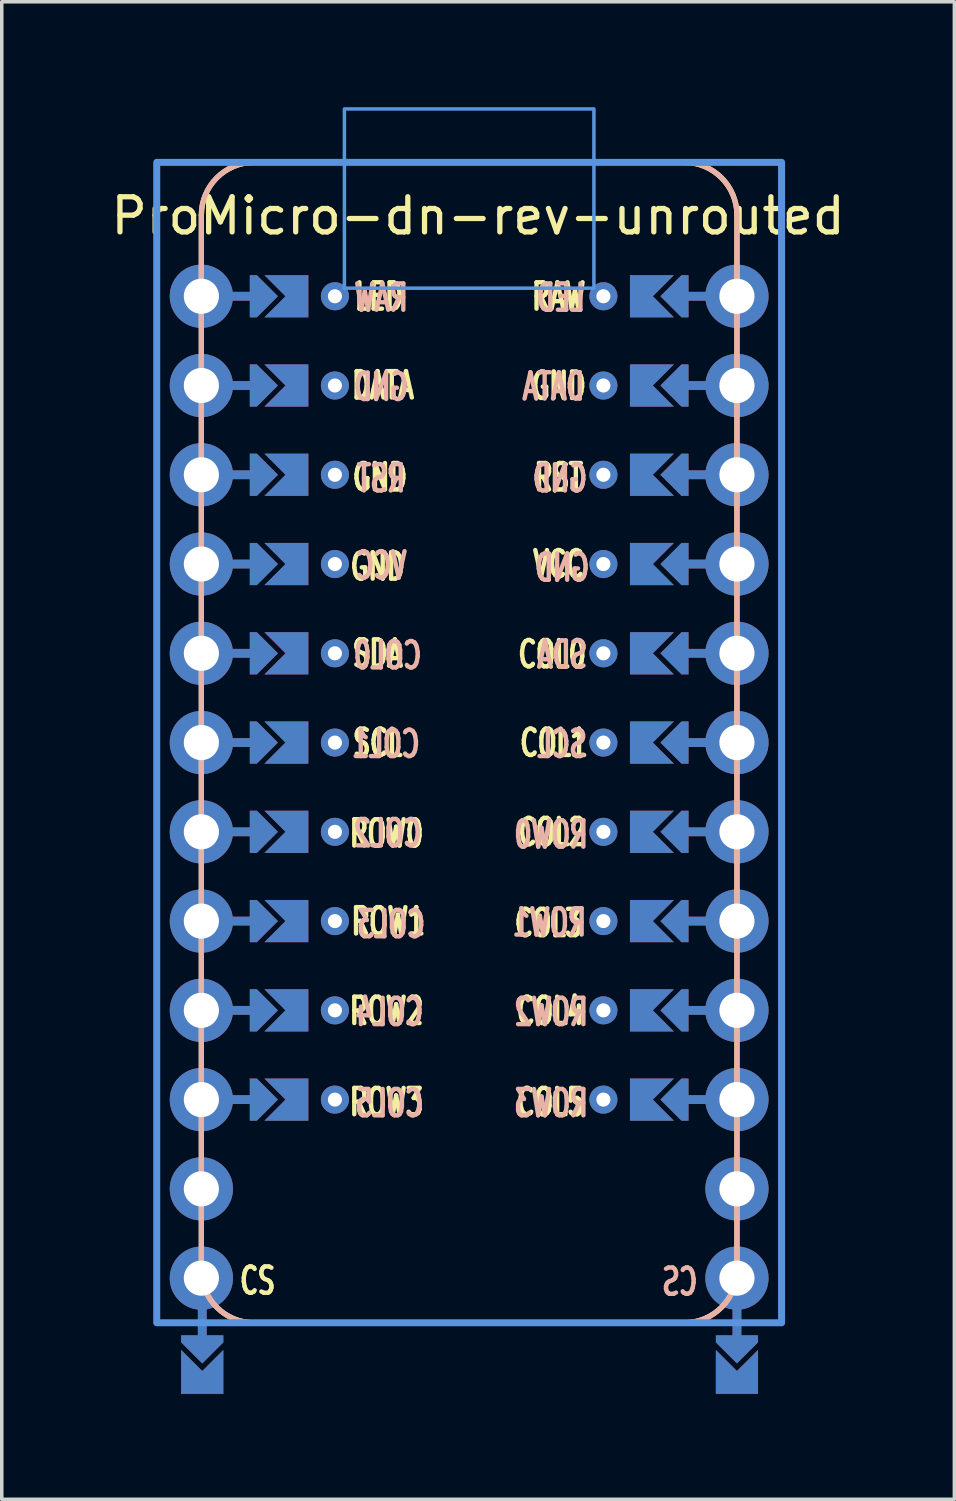
<source format=kicad_pcb>
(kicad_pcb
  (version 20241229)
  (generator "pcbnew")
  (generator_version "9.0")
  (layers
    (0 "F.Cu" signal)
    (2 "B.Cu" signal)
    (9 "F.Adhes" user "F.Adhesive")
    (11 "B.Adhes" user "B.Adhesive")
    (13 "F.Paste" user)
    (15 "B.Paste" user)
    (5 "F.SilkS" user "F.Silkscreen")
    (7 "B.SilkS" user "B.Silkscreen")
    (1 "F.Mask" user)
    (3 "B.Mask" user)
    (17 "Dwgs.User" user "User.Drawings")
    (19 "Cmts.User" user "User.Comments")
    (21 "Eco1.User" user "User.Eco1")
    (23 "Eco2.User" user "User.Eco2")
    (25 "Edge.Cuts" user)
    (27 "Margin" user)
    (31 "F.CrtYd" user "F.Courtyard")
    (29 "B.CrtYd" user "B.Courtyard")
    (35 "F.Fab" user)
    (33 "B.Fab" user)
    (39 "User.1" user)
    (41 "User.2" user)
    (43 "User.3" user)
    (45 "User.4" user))
  (footprint "ProMicro-dn-rev-unrouted"
    (layer "F.Cu")
    (at 10.3 18.08)
    (property "Reference" "ProMicro-dn-rev-unrouted" (at 0.254 -14.986 0) (layer "F.SilkS") (effects (font (size 1 1) (thickness 0.15))))
    (attr through_hole)
    (fp_poly (pts (xy -7.087 18.029) (xy -8.103 18.029) (xy -8.103 17.013) (xy -7.087 17.013)) (stroke (width 0.1) (type solid)) (fill yes) (layer "F.Mask"))
    (fp_poly (pts (xy -5.08 -13.208) (xy -5.08 -12.192) (xy -6.096 -12.192) (xy -6.096 -13.208)) (stroke (width 0.1) (type solid)) (fill yes) (layer "F.Mask"))
    (fp_poly (pts (xy -5.08 -10.668) (xy -5.08 -9.652) (xy -6.096 -9.652) (xy -6.096 -10.668)) (stroke (width 0.1) (type solid)) (fill yes) (layer "F.Mask"))
    (fp_poly (pts (xy -5.08 -8.128) (xy -5.08 -7.112) (xy -6.096 -7.112) (xy -6.096 -8.128)) (stroke (width 0.1) (type solid)) (fill yes) (layer "F.Mask"))
    (fp_poly (pts (xy -5.08 -5.588) (xy -5.08 -4.572) (xy -6.096 -4.572) (xy -6.096 -5.588)) (stroke (width 0.1) (type solid)) (fill yes) (layer "F.Mask"))
    (fp_poly (pts (xy -5.08 -3.048) (xy -5.08 -2.032) (xy -6.096 -2.032) (xy -6.096 -3.048)) (stroke (width 0.1) (type solid)) (fill yes) (layer "F.Mask"))
    (fp_poly (pts (xy -5.08 -0.508) (xy -5.08 0.508) (xy -6.096 0.508) (xy -6.096 -0.508)) (stroke (width 0.1) (type solid)) (fill yes) (layer "F.Mask"))
    (fp_poly (pts (xy -5.08 2.032) (xy -5.08 3.048) (xy -6.096 3.048) (xy -6.096 2.032)) (stroke (width 0.1) (type solid)) (fill yes) (layer "F.Mask"))
    (fp_poly (pts (xy -5.08 4.572) (xy -5.08 5.588) (xy -6.096 5.588) (xy -6.096 4.572)) (stroke (width 0.1) (type solid)) (fill yes) (layer "F.Mask"))
    (fp_poly (pts (xy -5.08 7.112) (xy -5.08 8.128) (xy -6.096 8.128) (xy -6.096 7.112)) (stroke (width 0.1) (type solid)) (fill yes) (layer "F.Mask"))
    (fp_poly (pts (xy -5.08 9.652) (xy -5.08 10.668) (xy -6.096 10.668) (xy -6.096 9.652)) (stroke (width 0.1) (type solid)) (fill yes) (layer "F.Mask"))
    (fp_poly (pts (xy 5.08 -12.192) (xy 5.08 -13.208) (xy 6.096 -13.208) (xy 6.096 -12.192)) (stroke (width 0.1) (type solid)) (fill yes) (layer "F.Mask"))
    (fp_poly (pts (xy 5.08 -9.652) (xy 5.08 -10.668) (xy 6.096 -10.668) (xy 6.096 -9.652)) (stroke (width 0.1) (type solid)) (fill yes) (layer "F.Mask"))
    (fp_poly (pts (xy 5.08 -7.112) (xy 5.08 -8.128) (xy 6.096 -8.128) (xy 6.096 -7.112)) (stroke (width 0.1) (type solid)) (fill yes) (layer "F.Mask"))
    (fp_poly (pts (xy 5.08 -4.572) (xy 5.08 -5.588) (xy 6.096 -5.588) (xy 6.096 -4.572)) (stroke (width 0.1) (type solid)) (fill yes) (layer "F.Mask"))
    (fp_poly (pts (xy 5.08 -2.032) (xy 5.08 -3.048) (xy 6.096 -3.048) (xy 6.096 -2.032)) (stroke (width 0.1) (type solid)) (fill yes) (layer "F.Mask"))
    (fp_poly (pts (xy 5.08 0.508) (xy 5.08 -0.508) (xy 6.096 -0.508) (xy 6.096 0.508)) (stroke (width 0.1) (type solid)) (fill yes) (layer "F.Mask"))
    (fp_poly (pts (xy 5.08 3.048) (xy 5.08 2.032) (xy 6.096 2.032) (xy 6.096 3.048)) (stroke (width 0.1) (type solid)) (fill yes) (layer "F.Mask"))
    (fp_poly (pts (xy 5.08 5.588) (xy 5.08 4.572) (xy 6.096 4.572) (xy 6.096 5.588)) (stroke (width 0.1) (type solid)) (fill yes) (layer "F.Mask"))
    (fp_poly (pts (xy 5.08 8.128) (xy 5.08 7.112) (xy 6.096 7.112) (xy 6.096 8.128)) (stroke (width 0.1) (type solid)) (fill yes) (layer "F.Mask"))
    (fp_poly (pts (xy 5.08 10.668) (xy 5.08 9.652) (xy 6.096 9.652) (xy 6.096 10.668)) (stroke (width 0.1) (type solid)) (fill yes) (layer "F.Mask"))
    (fp_poly (pts (xy 8.128 18.029) (xy 7.112 18.029) (xy 7.112 17.013) (xy 8.128 17.013)) (stroke (width 0.1) (type solid)) (fill yes) (layer "F.Mask"))
    (fp_poly (pts (xy -7.087 18.029) (xy -8.103 18.029) (xy -8.103 17.013) (xy -7.087 17.013)) (stroke (width 0.1) (type solid)) (fill yes) (layer "B.Mask"))
    (fp_poly (pts (xy -5.08 -13.208) (xy -5.08 -12.192) (xy -6.096 -12.192) (xy -6.096 -13.208)) (stroke (width 0.1) (type solid)) (fill yes) (layer "B.Mask"))
    (fp_poly (pts (xy -5.08 -10.668) (xy -5.08 -9.652) (xy -6.096 -9.652) (xy -6.096 -10.668)) (stroke (width 0.1) (type solid)) (fill yes) (layer "B.Mask"))
    (fp_poly (pts (xy -5.08 -8.128) (xy -5.08 -7.112) (xy -6.096 -7.112) (xy -6.096 -8.128)) (stroke (width 0.1) (type solid)) (fill yes) (layer "B.Mask"))
    (fp_poly (pts (xy -5.08 -5.588) (xy -5.08 -4.572) (xy -6.096 -4.572) (xy -6.096 -5.588)) (stroke (width 0.1) (type solid)) (fill yes) (layer "B.Mask"))
    (fp_poly (pts (xy -5.08 -3.048) (xy -5.08 -2.032) (xy -6.096 -2.032) (xy -6.096 -3.048)) (stroke (width 0.1) (type solid)) (fill yes) (layer "B.Mask"))
    (fp_poly (pts (xy -5.08 -0.508) (xy -5.08 0.508) (xy -6.096 0.508) (xy -6.096 -0.508)) (stroke (width 0.1) (type solid)) (fill yes) (layer "B.Mask"))
    (fp_poly (pts (xy -5.08 2.032) (xy -5.08 3.048) (xy -6.096 3.048) (xy -6.096 2.032)) (stroke (width 0.1) (type solid)) (fill yes) (layer "B.Mask"))
    (fp_poly (pts (xy -5.08 4.572) (xy -5.08 5.588) (xy -6.096 5.588) (xy -6.096 4.572)) (stroke (width 0.1) (type solid)) (fill yes) (layer "B.Mask"))
    (fp_poly (pts (xy -5.08 7.112) (xy -5.08 8.128) (xy -6.096 8.128) (xy -6.096 7.112)) (stroke (width 0.1) (type solid)) (fill yes) (layer "B.Mask"))
    (fp_poly (pts (xy -5.08 9.652) (xy -5.08 10.668) (xy -6.096 10.668) (xy -6.096 9.652)) (stroke (width 0.1) (type solid)) (fill yes) (layer "B.Mask"))
    (fp_poly (pts (xy 5.08 -12.192) (xy 5.08 -13.208) (xy 6.096 -13.208) (xy 6.096 -12.192)) (stroke (width 0.1) (type solid)) (fill yes) (layer "B.Mask"))
    (fp_poly (pts (xy 5.08 -9.652) (xy 5.08 -10.668) (xy 6.096 -10.668) (xy 6.096 -9.652)) (stroke (width 0.1) (type solid)) (fill yes) (layer "B.Mask"))
    (fp_poly (pts (xy 5.08 -7.112) (xy 5.08 -8.128) (xy 6.096 -8.128) (xy 6.096 -7.112)) (stroke (width 0.1) (type solid)) (fill yes) (layer "B.Mask"))
    (fp_poly (pts (xy 5.08 -4.572) (xy 5.08 -5.588) (xy 6.096 -5.588) (xy 6.096 -4.572)) (stroke (width 0.1) (type solid)) (fill yes) (layer "B.Mask"))
    (fp_poly (pts (xy 5.08 -2.032) (xy 5.08 -3.048) (xy 6.096 -3.048) (xy 6.096 -2.032)) (stroke (width 0.1) (type solid)) (fill yes) (layer "B.Mask"))
    (fp_poly (pts (xy 5.08 0.508) (xy 5.08 -0.508) (xy 6.096 -0.508) (xy 6.096 0.508)) (stroke (width 0.1) (type solid)) (fill yes) (layer "B.Mask"))
    (fp_poly (pts (xy 5.08 3.048) (xy 5.08 2.032) (xy 6.096 2.032) (xy 6.096 3.048)) (stroke (width 0.1) (type solid)) (fill yes) (layer "B.Mask"))
    (fp_poly (pts (xy 5.08 5.588) (xy 5.08 4.572) (xy 6.096 4.572) (xy 6.096 5.588)) (stroke (width 0.1) (type solid)) (fill yes) (layer "B.Mask"))
    (fp_poly (pts (xy 5.08 8.128) (xy 5.08 7.112) (xy 6.096 7.112) (xy 6.096 8.128)) (stroke (width 0.1) (type solid)) (fill yes) (layer "B.Mask"))
    (fp_poly (pts (xy 5.08 10.668) (xy 5.08 9.652) (xy 6.096 9.652) (xy 6.096 10.668)) (stroke (width 0.1) (type solid)) (fill yes) (layer "B.Mask"))
    (fp_poly (pts (xy 8.128 18.029) (xy 7.112 18.029) (xy 7.112 17.013) (xy 8.128 17.013)) (stroke (width 0.1) (type solid)) (fill yes) (layer "B.Mask"))
    (fp_line (start -7.62 -15.01) (end -7.62 15.07) (stroke (width 0.15) (type default)) (layer "F.SilkS"))
    (fp_line (start -6.12 16.51) (end 6.12 16.51) (stroke (width 0.15) (type default)) (layer "F.SilkS"))
    (fp_line (start 6.12 -16.51) (end -6.12 -16.51) (stroke (width 0.15) (type default)) (layer "F.SilkS"))
    (fp_line (start 7.62 15.07) (end 7.62 -15.01) (stroke (width 0.15) (type default)) (layer "F.SilkS"))
    (fp_arc (start -7.62 -15.01) (mid -7.18066 -16.07066) (end -6.12 -16.51) (stroke (width 0.15) (type default)) (layer "F.SilkS"))
    (fp_arc (start -6.12 16.51) (mid -7.18066 16.07066) (end -7.62 15.01) (stroke (width 0.15) (type default)) (layer "F.SilkS"))
    (fp_arc (start 6.12 -16.51) (mid 7.18066 -16.07066) (end 7.62 -15.01) (stroke (width 0.15) (type default)) (layer "F.SilkS"))
    (fp_arc (start 7.62 15.01) (mid 7.18066 16.07066) (end 6.12 16.51) (stroke (width 0.15) (type default)) (layer "F.SilkS"))
    (fp_line (start -7.62 15.07) (end -7.62 -15.01) (stroke (width 0.15) (type default)) (layer "B.SilkS"))
    (fp_line (start -6.12 -16.51) (end 6.12 -16.51) (stroke (width 0.15) (type default)) (layer "B.SilkS"))
    (fp_line (start 6.12 16.51) (end -6.12 16.51) (stroke (width 0.15) (type default)) (layer "B.SilkS"))
    (fp_line (start 7.62 -15.01) (end 7.62 15.07) (stroke (width 0.15) (type default)) (layer "B.SilkS"))
    (fp_arc (start -7.62 -15.01) (mid -7.18066 -16.07066) (end -6.12 -16.51) (stroke (width 0.15) (type default)) (layer "B.SilkS"))
    (fp_arc (start -6.12 16.51) (mid -7.18066 16.07066) (end -7.62 15.01) (stroke (width 0.15) (type default)) (layer "B.SilkS"))
    (fp_arc (start 6.12 -16.51) (mid 7.18066 -16.07066) (end 7.62 -15.01) (stroke (width 0.15) (type default)) (layer "B.SilkS"))
    (fp_arc (start 7.62 15.01) (mid 7.18066 16.07066) (end 6.12 16.51) (stroke (width 0.15) (type default)) (layer "B.SilkS"))
    (fp_rect (start -8.89 -16.51) (end 8.89 16.51) (stroke (width 0.2) (type solid)) (fill no) (layer "Cmts.User"))
    (fp_rect (start 3.55 -18.03) (end -3.55 -12.93) (stroke (width 0.1) (type default)) (fill no) (layer "Cmts.User"))
    (fp_text user "CS" (at -6.02 15.316 0) (layer "F.SilkS") (effects (font (size 0.75 0.5) (thickness 0.125))))
    (fp_text user "GND" (at -2.539 -7.545 0) (layer "F.SilkS") (effects (font (size 0.75 0.5) (thickness 0.125))))
    (fp_text user "ROW2" (at -2.352 7.64 0) (layer "F.SilkS") (effects (font (size 0.75 0.5) (thickness 0.125))))
    (fp_text user "COL2" (at 2.363 2.552 0) (layer "F.SilkS") (effects (font (size 0.75 0.5) (thickness 0.125))))
    (fp_text user "LED" (at -2.563 -12.688 0) (layer "F.SilkS") (effects (font (size 0.75 0.5) (thickness 0.125))))
    (fp_text user "RAW" (at 2.548 -12.688 0) (layer "F.SilkS") (effects (font (size 0.75 0.5) (thickness 0.125))))
    (fp_text user "COL4" (at 2.313 7.64 0) (layer "F.SilkS") (effects (font (size 0.75 0.5) (thickness 0.125))))
    (fp_text user "GND" (at -2.602 -5.005 0) (layer "F.SilkS") (effects (font (size 0.75 0.5) (thickness 0.125))))
    (fp_text user "ROW3" (at -2.352 10.236 0) (layer "F.SilkS") (effects (font (size 0.75 0.5) (thickness 0.125))))
    (fp_text user "COL3" (at 2.263 5.14 0) (layer "F.SilkS") (effects (font (size 0.75 0.5) (thickness 0.125))))
    (fp_text user "ROW1" (at -2.302 5.092 0) (layer "F.SilkS") (effects (font (size 0.75 0.5) (thickness 0.125))))
    (fp_text user "COL0" (at 2.363 -2.51 0) (layer "F.SilkS") (effects (font (size 0.75 0.5) (thickness 0.125))))
    (fp_text user "RST" (at 2.548 -7.545 0) (layer "F.SilkS") (effects (font (size 0.75 0.5) (thickness 0.125))))
    (fp_text user "ROW0" (at -2.352 2.59 0) (layer "F.SilkS") (effects (font (size 0.75 0.5) (thickness 0.125))))
    (fp_text user "SCL" (at -2.602 0.012 0) (layer "F.SilkS") (effects (font (size 0.75 0.5) (thickness 0.125))))
    (fp_text user "SDA" (at -2.602 -2.528 0) (layer "F.SilkS") (effects (font (size 0.75 0.5) (thickness 0.125))))
    (fp_text user "DATA" (at -2.452 -10.16 0) (layer "F.SilkS") (effects (font (size 0.75 0.5) (thickness 0.125))))
    (fp_text user "GND" (at 2.548 -10.148 0) (layer "F.SilkS") (effects (font (size 0.75 0.5) (thickness 0.125))))
    (fp_text user "COL1" (at 2.413 0.012 0) (layer "F.SilkS") (effects (font (size 0.75 0.5) (thickness 0.125))))
    (fp_text user "COL5" (at 2.313 10.236 0) (layer "F.SilkS") (effects (font (size 0.75 0.5) (thickness 0.125))))
    (fp_text user "VCC" (at 2.548 -5.068 0) (layer "F.SilkS") (effects (font (size 0.75 0.5) (thickness 0.125))))
    (fp_text user "GND" (at -2.505 -10.117 0) (layer "B.SilkS") (effects (font (size 0.75 0.5) (thickness 0.125)) (justify mirror)))
    (fp_text user "SCL" (at 2.646 0.043 0) (layer "B.SilkS") (effects (font (size 0.75 0.5) (thickness 0.125)) (justify mirror)))
    (fp_text user "COL4" (at -2.271 7.671 0) (layer "B.SilkS") (effects (font (size 0.75 0.5) (thickness 0.125)) (justify mirror)))
    (fp_text user "GND" (at 2.646 -4.974 0) (layer "B.SilkS") (effects (font (size 0.75 0.5) (thickness 0.125)) (justify mirror)))
    (fp_text user "ROW2" (at 2.333 7.671 0) (layer "B.SilkS") (effects (font (size 0.75 0.5) (thickness 0.125)) (justify mirror)))
    (fp_text user "COL5" (at -2.271 10.266 0) (layer "B.SilkS") (effects (font (size 0.75 0.5) (thickness 0.125)) (justify mirror)))
    (fp_text user "COL1" (at -2.371 0.043 0) (layer "B.SilkS") (effects (font (size 0.75 0.5) (thickness 0.125)) (justify mirror)))
    (fp_text user "COL3" (at -2.221 5.171 0) (layer "B.SilkS") (effects (font (size 0.75 0.5) (thickness 0.125)) (justify mirror)))
    (fp_text user "VCC" (at -2.505 -5.037 0) (layer "B.SilkS") (effects (font (size 0.75 0.5) (thickness 0.125)) (justify mirror)))
    (fp_text user "RST" (at -2.505 -7.514 0) (layer "B.SilkS") (effects (font (size 0.75 0.5) (thickness 0.125)) (justify mirror)))
    (fp_text user "RAW" (at -2.505 -12.657 0) (layer "B.SilkS") (effects (font (size 0.75 0.5) (thickness 0.125)) (justify mirror)))
    (fp_text user "COL0" (at -2.321 -2.479 0) (layer "B.SilkS") (effects (font (size 0.75 0.5) (thickness 0.125)) (justify mirror)))
    (fp_text user "SDA" (at 2.646 -2.497 0) (layer "B.SilkS") (effects (font (size 0.75 0.5) (thickness 0.125)) (justify mirror)))
    (fp_text user "ROW0" (at 2.333 2.621 0) (layer "B.SilkS") (effects (font (size 0.75 0.5) (thickness 0.125)) (justify mirror)))
    (fp_text user "ROW1" (at 2.284 5.123 0) (layer "B.SilkS") (effects (font (size 0.75 0.5) (thickness 0.125)) (justify mirror)))
    (fp_text user "CS" (at 5.994 15.346 0) (layer "B.SilkS") (effects (font (size 0.75 0.5) (thickness 0.125)) (justify mirror)))
    (fp_text user "DATA" (at 2.398 -10.129 0) (layer "B.SilkS") (effects (font (size 0.75 0.5) (thickness 0.125)) (justify mirror)))
    (fp_text user "GND" (at 2.583 -7.514 0) (layer "B.SilkS") (effects (font (size 0.75 0.5) (thickness 0.125)) (justify mirror)))
    (fp_text user "COL2" (at -2.321 2.583 0) (layer "B.SilkS") (effects (font (size 0.75 0.5) (thickness 0.125)) (justify mirror)))
    (fp_text user "ROW3" (at 2.333 10.266 0) (layer "B.SilkS") (effects (font (size 0.75 0.5) (thickness 0.125)) (justify mirror)))
    (fp_text user "LED" (at 2.607 -12.657 0) (layer "B.SilkS") (effects (font (size 0.75 0.5) (thickness 0.125)) (justify mirror)))
    (pad "" thru_hole circle (at -7.62 -12.7 270) (size 1.8 1.8) (drill 1) (layers "*.Cu" "*.Mask"))
    (pad "" thru_hole circle (at -7.62 -10.16 270) (size 1.8 1.8) (drill 1) (layers "*.Cu" "*.Mask"))
    (pad "" thru_hole circle (at -7.62 -7.62 270) (size 1.8 1.8) (drill 1) (layers "*.Cu" "*.Mask"))
    (pad "" thru_hole circle (at -7.62 -5.08 270) (size 1.8 1.8) (drill 1) (layers "*.Cu" "*.Mask"))
    (pad "" thru_hole circle (at -7.62 -2.54 270) (size 1.8 1.8) (drill 1) (layers "*.Cu" "*.Mask"))
    (pad "" thru_hole circle (at -7.62 0 270) (size 1.8 1.8) (drill 1) (layers "*.Cu" "*.Mask"))
    (pad "" thru_hole circle (at -7.62 2.54 270) (size 1.8 1.8) (drill 1) (layers "*.Cu" "*.Mask"))
    (pad "" thru_hole circle (at -7.62 5.08 270) (size 1.8 1.8) (drill 1) (layers "*.Cu" "*.Mask"))
    (pad "" thru_hole circle (at -7.62 7.62 270) (size 1.8 1.8) (drill 1) (layers "*.Cu" "*.Mask"))
    (pad "" thru_hole circle (at -7.62 10.16 270) (size 1.8 1.8) (drill 1) (layers "*.Cu" "*.Mask"))
    (pad "" thru_hole circle (at -7.62 12.7 270) (size 1.8 1.8) (drill 1) (layers "*.Cu" "*.Mask"))
    (pad "" thru_hole circle (at -7.62 15.24 270) (size 1.8 1.8) (drill 1) (layers "*.Cu" "*.Mask"))
    (pad "" smd custom (at -7.595 16.709) (size 0.25 1.5) (layers "F.Cu") (options (anchor rect)) (primitives))
    (pad "" smd custom (at -7.595 16.709) (size 0.25 1.5) (layers "B.Cu") (options (anchor rect)) (primitives))
    (pad "" smd custom (at -7.595 17.267) (size 0.1 0.1) (layers "F.Cu" "F.Mask") (options (anchor rect)) (primitives (gr_poly (pts (xy 0.6 -0.4) (xy -0.6 -0.4) (xy -0.6 -0.2) (xy 0 0.4) (xy 0.6 -0.2)) (width 0) (fill yes))))
    (pad "" smd custom (at -7.595 17.267) (size 0.1 0.1) (layers "B.Cu" "B.Mask") (options (anchor rect)) (primitives (gr_poly (pts (xy 0.6 -0.4) (xy -0.6 -0.4) (xy -0.6 -0.2) (xy 0 0.4) (xy 0.6 -0.2)) (width 0) (fill yes))))
    (pad "" smd custom (at -6.35 -12.7 90) (size 0.25 1) (layers "F.Cu") (options (anchor rect)) (primitives))
    (pad "" smd custom (at -6.35 -12.7 90) (size 0.25 1) (layers "B.Cu") (options (anchor rect)) (primitives))
    (pad "" smd custom (at -6.35 -10.16 90) (size 0.25 1) (layers "F.Cu") (options (anchor rect)) (primitives))
    (pad "" smd custom (at -6.35 -10.16 90) (size 0.25 1) (layers "B.Cu") (options (anchor rect)) (primitives))
    (pad "" smd custom (at -6.35 -7.62 90) (size 0.25 1) (layers "F.Cu") (options (anchor rect)) (primitives))
    (pad "" smd custom (at -6.35 -7.62 90) (size 0.25 1) (layers "B.Cu") (options (anchor rect)) (primitives))
    (pad "" smd custom (at -6.35 -5.08 90) (size 0.25 1) (layers "F.Cu") (options (anchor rect)) (primitives))
    (pad "" smd custom (at -6.35 -5.08 90) (size 0.25 1) (layers "B.Cu") (options (anchor rect)) (primitives))
    (pad "" smd custom (at -6.35 -2.54 90) (size 0.25 1) (layers "F.Cu") (options (anchor rect)) (primitives))
    (pad "" smd custom (at -6.35 -2.54 90) (size 0.25 1) (layers "B.Cu") (options (anchor rect)) (primitives))
    (pad "" smd custom (at -6.35 0 90) (size 0.25 1) (layers "F.Cu") (options (anchor rect)) (primitives))
    (pad "" smd custom (at -6.35 0 90) (size 0.25 1) (layers "B.Cu") (options (anchor rect)) (primitives))
    (pad "" smd custom (at -6.35 2.54 90) (size 0.25 1) (layers "F.Cu") (options (anchor rect)) (primitives))
    (pad "" smd custom (at -6.35 2.54 90) (size 0.25 1) (layers "B.Cu") (options (anchor rect)) (primitives))
    (pad "" smd custom (at -6.35 5.08 90) (size 0.25 1) (layers "F.Cu") (options (anchor rect)) (primitives))
    (pad "" smd custom (at -6.35 5.08 90) (size 0.25 1) (layers "B.Cu") (options (anchor rect)) (primitives))
    (pad "" smd custom (at -6.35 7.62 90) (size 0.25 1) (layers "F.Cu") (options (anchor rect)) (primitives))
    (pad "" smd custom (at -6.35 7.62 90) (size 0.25 1) (layers "B.Cu") (options (anchor rect)) (primitives))
    (pad "" smd custom (at -6.35 10.16 90) (size 0.25 1) (layers "F.Cu") (options (anchor rect)) (primitives))
    (pad "" smd custom (at -6.35 10.16 90) (size 0.25 1) (layers "B.Cu") (options (anchor rect)) (primitives))
    (pad "" smd custom (at -5.842 -12.7 90) (size 0.1 0.1) (layers "F.Cu" "F.Mask") (options (anchor rect)) (primitives (gr_poly (pts (xy 0.6 -0.4) (xy -0.6 -0.4) (xy -0.6 -0.2) (xy 0 0.4) (xy 0.6 -0.2)) (width 0) (fill yes))))
    (pad "" smd custom (at -5.842 -12.7 90) (size 0.1 0.1) (layers "B.Cu" "B.Mask") (options (anchor rect)) (primitives (gr_poly (pts (xy 0.6 -0.4) (xy -0.6 -0.4) (xy -0.6 -0.2) (xy 0 0.4) (xy 0.6 -0.2)) (width 0) (fill yes))))
    (pad "" smd custom (at -5.842 -10.16 90) (size 0.1 0.1) (layers "F.Cu" "F.Mask") (options (anchor rect)) (primitives (gr_poly (pts (xy 0.6 -0.4) (xy -0.6 -0.4) (xy -0.6 -0.2) (xy 0 0.4) (xy 0.6 -0.2)) (width 0) (fill yes))))
    (pad "" smd custom (at -5.842 -10.16 90) (size 0.1 0.1) (layers "B.Cu" "B.Mask") (options (anchor rect)) (primitives (gr_poly (pts (xy 0.6 -0.4) (xy -0.6 -0.4) (xy -0.6 -0.2) (xy 0 0.4) (xy 0.6 -0.2)) (width 0) (fill yes))))
    (pad "" smd custom (at -5.842 -7.62 90) (size 0.1 0.1) (layers "F.Cu" "F.Mask") (options (anchor rect)) (primitives (gr_poly (pts (xy 0.6 -0.4) (xy -0.6 -0.4) (xy -0.6 -0.2) (xy 0 0.4) (xy 0.6 -0.2)) (width 0) (fill yes))))
    (pad "" smd custom (at -5.842 -7.62 90) (size 0.1 0.1) (layers "B.Cu" "B.Mask") (options (anchor rect)) (primitives (gr_poly (pts (xy 0.6 -0.4) (xy -0.6 -0.4) (xy -0.6 -0.2) (xy 0 0.4) (xy 0.6 -0.2)) (width 0) (fill yes))))
    (pad "" smd custom (at -5.842 -5.08 90) (size 0.1 0.1) (layers "F.Cu" "F.Mask") (options (anchor rect)) (primitives (gr_poly (pts (xy 0.6 -0.4) (xy -0.6 -0.4) (xy -0.6 -0.2) (xy 0 0.4) (xy 0.6 -0.2)) (width 0) (fill yes))))
    (pad "" smd custom (at -5.842 -5.08 90) (size 0.1 0.1) (layers "B.Cu" "B.Mask") (options (anchor rect)) (primitives (gr_poly (pts (xy 0.6 -0.4) (xy -0.6 -0.4) (xy -0.6 -0.2) (xy 0 0.4) (xy 0.6 -0.2)) (width 0) (fill yes))))
    (pad "" smd custom (at -5.842 -2.54 90) (size 0.1 0.1) (layers "F.Cu" "F.Mask") (options (anchor rect)) (primitives (gr_poly (pts (xy 0.6 -0.4) (xy -0.6 -0.4) (xy -0.6 -0.2) (xy 0 0.4) (xy 0.6 -0.2)) (width 0) (fill yes))))
    (pad "" smd custom (at -5.842 -2.54 90) (size 0.1 0.1) (layers "B.Cu" "B.Mask") (options (anchor rect)) (primitives (gr_poly (pts (xy 0.6 -0.4) (xy -0.6 -0.4) (xy -0.6 -0.2) (xy 0 0.4) (xy 0.6 -0.2)) (width 0) (fill yes))))
    (pad "" smd custom (at -5.842 0 90) (size 0.1 0.1) (layers "F.Cu" "F.Mask") (options (anchor rect)) (primitives (gr_poly (pts (xy 0.6 -0.4) (xy -0.6 -0.4) (xy -0.6 -0.2) (xy 0 0.4) (xy 0.6 -0.2)) (width 0) (fill yes))))
    (pad "" smd custom (at -5.842 0 90) (size 0.1 0.1) (layers "B.Cu" "B.Mask") (options (anchor rect)) (primitives (gr_poly (pts (xy 0.6 -0.4) (xy -0.6 -0.4) (xy -0.6 -0.2) (xy 0 0.4) (xy 0.6 -0.2)) (width 0) (fill yes))))
    (pad "" smd custom (at -5.842 2.54 90) (size 0.1 0.1) (layers "F.Cu" "F.Mask") (options (anchor rect)) (primitives (gr_poly (pts (xy 0.6 -0.4) (xy -0.6 -0.4) (xy -0.6 -0.2) (xy 0 0.4) (xy 0.6 -0.2)) (width 0) (fill yes))))
    (pad "" smd custom (at -5.842 2.54 90) (size 0.1 0.1) (layers "B.Cu" "B.Mask") (options (anchor rect)) (primitives (gr_poly (pts (xy 0.6 -0.4) (xy -0.6 -0.4) (xy -0.6 -0.2) (xy 0 0.4) (xy 0.6 -0.2)) (width 0) (fill yes))))
    (pad "" smd custom (at -5.842 5.08 90) (size 0.1 0.1) (layers "F.Cu" "F.Mask") (options (anchor rect)) (primitives (gr_poly (pts (xy 0.6 -0.4) (xy -0.6 -0.4) (xy -0.6 -0.2) (xy 0 0.4) (xy 0.6 -0.2)) (width 0) (fill yes))))
    (pad "" smd custom (at -5.842 5.08 90) (size 0.1 0.1) (layers "B.Cu" "B.Mask") (options (anchor rect)) (primitives (gr_poly (pts (xy 0.6 -0.4) (xy -0.6 -0.4) (xy -0.6 -0.2) (xy 0 0.4) (xy 0.6 -0.2)) (width 0) (fill yes))))
    (pad "" smd custom (at -5.842 7.62 90) (size 0.1 0.1) (layers "F.Cu" "F.Mask") (options (anchor rect)) (primitives (gr_poly (pts (xy 0.6 -0.4) (xy -0.6 -0.4) (xy -0.6 -0.2) (xy 0 0.4) (xy 0.6 -0.2)) (width 0) (fill yes))))
    (pad "" smd custom (at -5.842 7.62 90) (size 0.1 0.1) (layers "B.Cu" "B.Mask") (options (anchor rect)) (primitives (gr_poly (pts (xy 0.6 -0.4) (xy -0.6 -0.4) (xy -0.6 -0.2) (xy 0 0.4) (xy 0.6 -0.2)) (width 0) (fill yes))))
    (pad "" smd custom (at -5.842 10.16 90) (size 0.1 0.1) (layers "F.Cu" "F.Mask") (options (anchor rect)) (primitives (gr_poly (pts (xy 0.6 -0.4) (xy -0.6 -0.4) (xy -0.6 -0.2) (xy 0 0.4) (xy 0.6 -0.2)) (width 0) (fill yes))))
    (pad "" smd custom (at -5.842 10.16 90) (size 0.1 0.1) (layers "B.Cu" "B.Mask") (options (anchor rect)) (primitives (gr_poly (pts (xy 0.6 -0.4) (xy -0.6 -0.4) (xy -0.6 -0.2) (xy 0 0.4) (xy 0.6 -0.2)) (width 0) (fill yes))))
    (pad "" smd custom (at 5.842 -12.7 270) (size 0.1 0.1) (layers "F.Cu" "F.Mask") (options (anchor rect)) (primitives (gr_poly (pts (xy 0.6 -0.4) (xy -0.6 -0.4) (xy -0.6 -0.2) (xy 0 0.4) (xy 0.6 -0.2)) (width 0) (fill yes))))
    (pad "" smd custom (at 5.842 -12.7 270) (size 0.1 0.1) (layers "B.Cu" "B.Mask") (options (anchor rect)) (primitives (gr_poly (pts (xy 0.6 -0.4) (xy -0.6 -0.4) (xy -0.6 -0.2) (xy 0 0.4) (xy 0.6 -0.2)) (width 0) (fill yes))))
    (pad "" smd custom (at 5.842 -10.16 270) (size 0.1 0.1) (layers "F.Cu" "F.Mask") (options (anchor rect)) (primitives (gr_poly (pts (xy 0.6 -0.4) (xy -0.6 -0.4) (xy -0.6 -0.2) (xy 0 0.4) (xy 0.6 -0.2)) (width 0) (fill yes))))
    (pad "" smd custom (at 5.842 -10.16 270) (size 0.1 0.1) (layers "B.Cu" "B.Mask") (options (anchor rect)) (primitives (gr_poly (pts (xy 0.6 -0.4) (xy -0.6 -0.4) (xy -0.6 -0.2) (xy 0 0.4) (xy 0.6 -0.2)) (width 0) (fill yes))))
    (pad "" smd custom (at 5.842 -7.62 270) (size 0.1 0.1) (layers "F.Cu" "F.Mask") (options (anchor rect)) (primitives (gr_poly (pts (xy 0.6 -0.4) (xy -0.6 -0.4) (xy -0.6 -0.2) (xy 0 0.4) (xy 0.6 -0.2)) (width 0) (fill yes))))
    (pad "" smd custom (at 5.842 -7.62 270) (size 0.1 0.1) (layers "B.Cu" "B.Mask") (options (anchor rect)) (primitives (gr_poly (pts (xy 0.6 -0.4) (xy -0.6 -0.4) (xy -0.6 -0.2) (xy 0 0.4) (xy 0.6 -0.2)) (width 0) (fill yes))))
    (pad "" smd custom (at 5.842 -5.08 270) (size 0.1 0.1) (layers "F.Cu" "F.Mask") (options (anchor rect)) (primitives (gr_poly (pts (xy 0.6 -0.4) (xy -0.6 -0.4) (xy -0.6 -0.2) (xy 0 0.4) (xy 0.6 -0.2)) (width 0) (fill yes))))
    (pad "" smd custom (at 5.842 -5.08 270) (size 0.1 0.1) (layers "B.Cu" "B.Mask") (options (anchor rect)) (primitives (gr_poly (pts (xy 0.6 -0.4) (xy -0.6 -0.4) (xy -0.6 -0.2) (xy 0 0.4) (xy 0.6 -0.2)) (width 0) (fill yes))))
    (pad "" smd custom (at 5.842 -2.54 270) (size 0.1 0.1) (layers "F.Cu" "F.Mask") (options (anchor rect)) (primitives (gr_poly (pts (xy 0.6 -0.4) (xy -0.6 -0.4) (xy -0.6 -0.2) (xy 0 0.4) (xy 0.6 -0.2)) (width 0) (fill yes))))
    (pad "" smd custom (at 5.842 -2.54 270) (size 0.1 0.1) (layers "B.Cu" "B.Mask") (options (anchor rect)) (primitives (gr_poly (pts (xy 0.6 -0.4) (xy -0.6 -0.4) (xy -0.6 -0.2) (xy 0 0.4) (xy 0.6 -0.2)) (width 0) (fill yes))))
    (pad "" smd custom (at 5.842 0 270) (size 0.1 0.1) (layers "F.Cu" "F.Mask") (options (anchor rect)) (primitives (gr_poly (pts (xy 0.6 -0.4) (xy -0.6 -0.4) (xy -0.6 -0.2) (xy 0 0.4) (xy 0.6 -0.2)) (width 0) (fill yes))))
    (pad "" smd custom (at 5.842 0 270) (size 0.1 0.1) (layers "B.Cu" "B.Mask") (options (anchor rect)) (primitives (gr_poly (pts (xy 0.6 -0.4) (xy -0.6 -0.4) (xy -0.6 -0.2) (xy 0 0.4) (xy 0.6 -0.2)) (width 0) (fill yes))))
    (pad "" smd custom (at 5.842 2.54 270) (size 0.1 0.1) (layers "F.Cu" "F.Mask") (options (anchor rect)) (primitives (gr_poly (pts (xy 0.6 -0.4) (xy -0.6 -0.4) (xy -0.6 -0.2) (xy 0 0.4) (xy 0.6 -0.2)) (width 0) (fill yes))))
    (pad "" smd custom (at 5.842 2.54 270) (size 0.1 0.1) (layers "B.Cu" "B.Mask") (options (anchor rect)) (primitives (gr_poly (pts (xy 0.6 -0.4) (xy -0.6 -0.4) (xy -0.6 -0.2) (xy 0 0.4) (xy 0.6 -0.2)) (width 0) (fill yes))))
    (pad "" smd custom (at 5.842 5.08 270) (size 0.1 0.1) (layers "F.Cu" "F.Mask") (options (anchor rect)) (primitives (gr_poly (pts (xy 0.6 -0.4) (xy -0.6 -0.4) (xy -0.6 -0.2) (xy 0 0.4) (xy 0.6 -0.2)) (width 0) (fill yes))))
    (pad "" smd custom (at 5.842 5.08 270) (size 0.1 0.1) (layers "B.Cu" "B.Mask") (options (anchor rect)) (primitives (gr_poly (pts (xy 0.6 -0.4) (xy -0.6 -0.4) (xy -0.6 -0.2) (xy 0 0.4) (xy 0.6 -0.2)) (width 0) (fill yes))))
    (pad "" smd custom (at 5.842 7.62 270) (size 0.1 0.1) (layers "F.Cu" "F.Mask") (options (anchor rect)) (primitives (gr_poly (pts (xy 0.6 -0.4) (xy -0.6 -0.4) (xy -0.6 -0.2) (xy 0 0.4) (xy 0.6 -0.2)) (width 0) (fill yes))))
    (pad "" smd custom (at 5.842 7.62 270) (size 0.1 0.1) (layers "B.Cu" "B.Mask") (options (anchor rect)) (primitives (gr_poly (pts (xy 0.6 -0.4) (xy -0.6 -0.4) (xy -0.6 -0.2) (xy 0 0.4) (xy 0.6 -0.2)) (width 0) (fill yes))))
    (pad "" smd custom (at 5.842 10.16 270) (size 0.1 0.1) (layers "F.Cu" "F.Mask") (options (anchor rect)) (primitives (gr_poly (pts (xy 0.6 -0.4) (xy -0.6 -0.4) (xy -0.6 -0.2) (xy 0 0.4) (xy 0.6 -0.2)) (width 0) (fill yes))))
    (pad "" smd custom (at 5.842 10.16 270) (size 0.1 0.1) (layers "B.Cu" "B.Mask") (options (anchor rect)) (primitives (gr_poly (pts (xy 0.6 -0.4) (xy -0.6 -0.4) (xy -0.6 -0.2) (xy 0 0.4) (xy 0.6 -0.2)) (width 0) (fill yes))))
    (pad "" smd custom (at 6.35 -12.7 270) (size 0.25 1) (layers "F.Cu") (options (anchor rect)) (primitives))
    (pad "" smd custom (at 6.35 -12.7 270) (size 0.25 1) (layers "B.Cu") (options (anchor rect)) (primitives))
    (pad "" smd custom (at 6.35 -10.16 270) (size 0.25 1) (layers "F.Cu") (options (anchor rect)) (primitives))
    (pad "" smd custom (at 6.35 -10.16 270) (size 0.25 1) (layers "B.Cu") (options (anchor rect)) (primitives))
    (pad "" smd custom (at 6.35 -7.62 270) (size 0.25 1) (layers "F.Cu") (options (anchor rect)) (primitives))
    (pad "" smd custom (at 6.35 -7.62 270) (size 0.25 1) (layers "B.Cu") (options (anchor rect)) (primitives))
    (pad "" smd custom (at 6.35 -5.08 270) (size 0.25 1) (layers "F.Cu") (options (anchor rect)) (primitives))
    (pad "" smd custom (at 6.35 -5.08 270) (size 0.25 1) (layers "B.Cu") (options (anchor rect)) (primitives))
    (pad "" smd custom (at 6.35 -2.54 270) (size 0.25 1) (layers "F.Cu") (options (anchor rect)) (primitives))
    (pad "" smd custom (at 6.35 -2.54 270) (size 0.25 1) (layers "B.Cu") (options (anchor rect)) (primitives))
    (pad "" smd custom (at 6.35 0 270) (size 0.25 1) (layers "F.Cu") (options (anchor rect)) (primitives))
    (pad "" smd custom (at 6.35 0 270) (size 0.25 1) (layers "B.Cu") (options (anchor rect)) (primitives))
    (pad "" smd custom (at 6.35 2.54 270) (size 0.25 1) (layers "F.Cu") (options (anchor rect)) (primitives))
    (pad "" smd custom (at 6.35 2.54 270) (size 0.25 1) (layers "B.Cu") (options (anchor rect)) (primitives))
    (pad "" smd custom (at 6.35 5.08 270) (size 0.25 1) (layers "F.Cu") (options (anchor rect)) (primitives))
    (pad "" smd custom (at 6.35 5.08 270) (size 0.25 1) (layers "B.Cu") (options (anchor rect)) (primitives))
    (pad "" smd custom (at 6.35 7.62 270) (size 0.25 1) (layers "F.Cu") (options (anchor rect)) (primitives))
    (pad "" smd custom (at 6.35 7.62 270) (size 0.25 1) (layers "B.Cu") (options (anchor rect)) (primitives))
    (pad "" smd custom (at 6.35 10.16 270) (size 0.25 1) (layers "F.Cu") (options (anchor rect)) (primitives))
    (pad "" smd custom (at 6.35 10.16 270) (size 0.25 1) (layers "B.Cu") (options (anchor rect)) (primitives))
    (pad "" thru_hole circle (at 7.62 -12.7 270) (size 1.8 1.8) (drill 1) (layers "*.Cu" "*.Mask"))
    (pad "" thru_hole circle (at 7.62 -10.16 270) (size 1.8 1.8) (drill 1) (layers "*.Cu" "*.Mask"))
    (pad "" thru_hole circle (at 7.62 -7.62 270) (size 1.8 1.8) (drill 1) (layers "*.Cu" "*.Mask"))
    (pad "" thru_hole circle (at 7.62 -5.08 270) (size 1.8 1.8) (drill 1) (layers "*.Cu" "*.Mask"))
    (pad "" thru_hole circle (at 7.62 -2.54 270) (size 1.8 1.8) (drill 1) (layers "*.Cu" "*.Mask"))
    (pad "" thru_hole circle (at 7.62 0 270) (size 1.8 1.8) (drill 1) (layers "*.Cu" "*.Mask"))
    (pad "" thru_hole circle (at 7.62 2.54 270) (size 1.8 1.8) (drill 1) (layers "*.Cu" "*.Mask"))
    (pad "" thru_hole circle (at 7.62 5.08 270) (size 1.8 1.8) (drill 1) (layers "*.Cu" "*.Mask"))
    (pad "" thru_hole circle (at 7.62 7.62 270) (size 1.8 1.8) (drill 1) (layers "*.Cu" "*.Mask"))
    (pad "" thru_hole circle (at 7.62 10.16 270) (size 1.8 1.8) (drill 1) (layers "*.Cu" "*.Mask"))
    (pad "" thru_hole circle (at 7.62 12.7 270) (size 1.8 1.8) (drill 1) (layers "*.Cu" "*.Mask"))
    (pad "" thru_hole circle (at 7.62 15.24 270) (size 1.8 1.8) (drill 1) (layers "*.Cu" "*.Mask"))
    (pad "" smd custom (at 7.62 16.709) (size 0.25 1.5) (layers "F.Cu") (options (anchor rect)) (primitives))
    (pad "" smd custom (at 7.62 16.709) (size 0.25 1.5) (layers "B.Cu") (options (anchor rect)) (primitives))
    (pad "" smd custom (at 7.62 17.267) (size 0.1 0.1) (layers "F.Cu" "F.Mask") (options (anchor rect)) (primitives (gr_poly (pts (xy 0.6 -0.4) (xy -0.6 -0.4) (xy -0.6 -0.2) (xy 0 0.4) (xy 0.6 -0.2)) (width 0) (fill yes))))
    (pad "" smd custom (at 7.62 17.267) (size 0.1 0.1) (layers "B.Cu" "B.Mask") (options (anchor rect)) (primitives (gr_poly (pts (xy 0.6 -0.4) (xy -0.6 -0.4) (xy -0.6 -0.2) (xy 0 0.4) (xy 0.6 -0.2)) (width 0) (fill yes))))
    (pad "1" smd custom (at -4.826 -12.7 90) (size 1.2 0.5) (layers "F.Cu" "F.Mask") (options (anchor rect)) (primitives (gr_poly (pts (xy -0.6 0) (xy 0.6 0) (xy 0.6 -1) (xy 0 -0.4) (xy -0.6 -1)) (width 0) (fill yes))))
    (pad "1" thru_hole circle (at -3.82 -12.7) (size 0.8 0.8) (drill 0.4) (layers "*.Cu" "*.Mask"))
    (pad "1" smd custom (at 4.826 -12.7 270) (size 1.2 0.5) (layers "B.Cu" "B.Mask") (options (anchor rect)) (primitives (gr_poly (pts (xy -0.6 0) (xy 0.6 0) (xy 0.6 -1) (xy 0 -0.4) (xy -0.6 -1)) (width 0) (fill yes))))
    (pad "2" smd custom (at -4.826 -10.16 90) (size 1.2 0.5) (layers "F.Cu" "F.Mask") (options (anchor rect)) (primitives (gr_poly (pts (xy -0.6 0) (xy 0.6 0) (xy 0.6 -1) (xy 0 -0.4) (xy -0.6 -1)) (width 0) (fill yes))))
    (pad "2" thru_hole circle (at -3.82 -10.16) (size 0.8 0.8) (drill 0.4) (layers "*.Cu" "*.Mask"))
    (pad "2" smd custom (at 4.826 -10.16 270) (size 1.2 0.5) (layers "B.Cu" "B.Mask") (options (anchor rect)) (primitives (gr_poly (pts (xy -0.6 0) (xy 0.6 0) (xy 0.6 -1) (xy 0 -0.4) (xy -0.6 -1)) (width 0) (fill yes))))
    (pad "3" smd custom (at -4.826 -7.62 90) (size 1.2 0.5) (layers "F.Cu" "F.Mask") (options (anchor rect)) (primitives (gr_poly (pts (xy -0.6 0) (xy 0.6 0) (xy 0.6 -1) (xy 0 -0.4) (xy -0.6 -1)) (width 0) (fill yes))))
    (pad "3" thru_hole circle (at -3.82 -7.62) (size 0.8 0.8) (drill 0.4) (layers "*.Cu" "*.Mask"))
    (pad "3" smd custom (at 4.826 -7.62 270) (size 1.2 0.5) (layers "B.Cu" "B.Mask") (options (anchor rect)) (primitives (gr_poly (pts (xy -0.6 0) (xy 0.6 0) (xy 0.6 -1) (xy 0 -0.4) (xy -0.6 -1)) (width 0) (fill yes))))
    (pad "4" smd custom (at -4.826 -5.08 90) (size 1.2 0.5) (layers "F.Cu" "F.Mask") (options (anchor rect)) (primitives (gr_poly (pts (xy -0.6 0) (xy 0.6 0) (xy 0.6 -1) (xy 0 -0.4) (xy -0.6 -1)) (width 0) (fill yes))))
    (pad "4" thru_hole circle (at -3.82 -5.08) (size 0.8 0.8) (drill 0.4) (layers "*.Cu" "*.Mask"))
    (pad "4" smd custom (at 4.826 -5.08 270) (size 1.2 0.5) (layers "B.Cu" "B.Mask") (options (anchor rect)) (primitives (gr_poly (pts (xy -0.6 0) (xy 0.6 0) (xy 0.6 -1) (xy 0 -0.4) (xy -0.6 -1)) (width 0) (fill yes))))
    (pad "5" smd custom (at -4.826 -2.54 90) (size 1.2 0.5) (layers "F.Cu" "F.Mask") (options (anchor rect)) (primitives (gr_poly (pts (xy -0.6 0) (xy 0.6 0) (xy 0.6 -1) (xy 0 -0.4) (xy -0.6 -1)) (width 0) (fill yes))))
    (pad "5" thru_hole circle (at -3.82 -2.54) (size 0.8 0.8) (drill 0.4) (layers "*.Cu" "*.Mask"))
    (pad "5" smd custom (at 4.826 -2.54 270) (size 1.2 0.5) (layers "B.Cu" "B.Mask") (options (anchor rect)) (primitives (gr_poly (pts (xy -0.6 0) (xy 0.6 0) (xy 0.6 -1) (xy 0 -0.4) (xy -0.6 -1)) (width 0) (fill yes))))
    (pad "6" smd custom (at -4.826 0 90) (size 1.2 0.5) (layers "F.Cu" "F.Mask") (options (anchor rect)) (primitives (gr_poly (pts (xy -0.6 0) (xy 0.6 0) (xy 0.6 -1) (xy 0 -0.4) (xy -0.6 -1)) (width 0) (fill yes))))
    (pad "6" thru_hole circle (at -3.82 0) (size 0.8 0.8) (drill 0.4) (layers "*.Cu" "*.Mask"))
    (pad "6" smd custom (at 4.826 0 270) (size 1.2 0.5) (layers "B.Cu" "B.Mask") (options (anchor rect)) (primitives (gr_poly (pts (xy -0.6 0) (xy 0.6 0) (xy 0.6 -1) (xy 0 -0.4) (xy -0.6 -1)) (width 0) (fill yes))))
    (pad "7" smd custom (at -4.826 2.54 90) (size 1.2 0.5) (layers "F.Cu" "F.Mask") (options (anchor rect)) (primitives (gr_poly (pts (xy -0.6 0) (xy 0.6 0) (xy 0.6 -1) (xy 0 -0.4) (xy -0.6 -1)) (width 0) (fill yes))))
    (pad "7" thru_hole circle (at -3.82 2.54) (size 0.8 0.8) (drill 0.4) (layers "*.Cu" "*.Mask"))
    (pad "7" smd custom (at 4.826 2.54 270) (size 1.2 0.5) (layers "B.Cu" "B.Mask") (options (anchor rect)) (primitives (gr_poly (pts (xy -0.6 0) (xy 0.6 0) (xy 0.6 -1) (xy 0 -0.4) (xy -0.6 -1)) (width 0) (fill yes))))
    (pad "8" smd custom (at -4.826 5.08 90) (size 1.2 0.5) (layers "F.Cu" "F.Mask") (options (anchor rect)) (primitives (gr_poly (pts (xy -0.6 0) (xy 0.6 0) (xy 0.6 -1) (xy 0 -0.4) (xy -0.6 -1)) (width 0) (fill yes))))
    (pad "8" thru_hole circle (at -3.82 5.08) (size 0.8 0.8) (drill 0.4) (layers "*.Cu" "*.Mask"))
    (pad "8" smd custom (at 4.826 5.08 270) (size 1.2 0.5) (layers "B.Cu" "B.Mask") (options (anchor rect)) (primitives (gr_poly (pts (xy -0.6 0) (xy 0.6 0) (xy 0.6 -1) (xy 0 -0.4) (xy -0.6 -1)) (width 0) (fill yes))))
    (pad "9" smd custom (at -4.826 7.62 90) (size 1.2 0.5) (layers "F.Cu" "F.Mask") (options (anchor rect)) (primitives (gr_poly (pts (xy -0.6 0) (xy 0.6 0) (xy 0.6 -1) (xy 0 -0.4) (xy -0.6 -1)) (width 0) (fill yes))))
    (pad "9" thru_hole circle (at -3.82 7.62) (size 0.8 0.8) (drill 0.4) (layers "*.Cu" "*.Mask"))
    (pad "9" smd custom (at 4.826 7.62 270) (size 1.2 0.5) (layers "B.Cu" "B.Mask") (options (anchor rect)) (primitives (gr_poly (pts (xy -0.6 0) (xy 0.6 0) (xy 0.6 -1) (xy 0 -0.4) (xy -0.6 -1)) (width 0) (fill yes))))
    (pad "10" smd custom (at -4.826 10.16 90) (size 1.2 0.5) (layers "F.Cu" "F.Mask") (options (anchor rect)) (primitives (gr_poly (pts (xy -0.6 0) (xy 0.6 0) (xy 0.6 -1) (xy 0 -0.4) (xy -0.6 -1)) (width 0) (fill yes))))
    (pad "10" thru_hole circle (at -3.82 10.16) (size 0.8 0.8) (drill 0.4) (layers "*.Cu" "*.Mask"))
    (pad "10" smd custom (at 4.826 10.16 270) (size 1.2 0.5) (layers "B.Cu" "B.Mask") (options (anchor rect)) (primitives (gr_poly (pts (xy -0.6 0) (xy 0.6 0) (xy 0.6 -1) (xy 0 -0.4) (xy -0.6 -1)) (width 0) (fill yes))))
    (pad "12" smd custom (at -7.595 18.283) (size 1.2 0.5) (layers "F.Cu" "F.Mask") (options (anchor rect)) (primitives (gr_poly (pts (xy -0.6 0) (xy 0.6 0) (xy 0.6 -1) (xy 0 -0.4) (xy -0.6 -1)) (width 0) (fill yes))))
    (pad "12" smd custom (at 7.62 18.283) (size 1.2 0.5) (layers "B.Cu" "B.Mask") (options (anchor rect)) (primitives (gr_poly (pts (xy -0.6 0) (xy 0.6 0) (xy 0.6 -1) (xy 0 -0.4) (xy -0.6 -1)) (width 0) (fill yes))))
    (pad "13" smd custom (at -7.595 18.283) (size 1.2 0.5) (layers "B.Cu" "B.Mask") (options (anchor rect)) (primitives (gr_poly (pts (xy -0.6 0) (xy 0.6 0) (xy 0.6 -1) (xy 0 -0.4) (xy -0.6 -1)) (width 0) (fill yes))))
    (pad "13" smd custom (at 7.62 18.283) (size 1.2 0.5) (layers "F.Cu" "F.Mask") (options (anchor rect)) (primitives (gr_poly (pts (xy -0.6 0) (xy 0.6 0) (xy 0.6 -1) (xy 0 -0.4) (xy -0.6 -1)) (width 0) (fill yes))))
    (pad "15" smd custom (at -4.826 10.16 90) (size 1.2 0.5) (layers "B.Cu" "B.Mask") (options (anchor rect)) (primitives (gr_poly (pts (xy -0.6 0) (xy 0.6 0) (xy 0.6 -1) (xy 0 -0.4) (xy -0.6 -1)) (width 0) (fill yes))))
    (pad "15" thru_hole circle (at 3.82 10.16) (size 0.8 0.8) (drill 0.4) (layers "*.Cu" "*.Mask"))
    (pad "15" smd custom (at 4.826 10.16 270) (size 1.2 0.5) (layers "F.Cu" "F.Mask") (options (anchor rect)) (primitives (gr_poly (pts (xy -0.6 0) (xy 0.6 0) (xy 0.6 -1) (xy 0 -0.4) (xy -0.6 -1)) (width 0) (fill yes))))
    (pad "16" smd custom (at -4.826 7.62 90) (size 1.2 0.5) (layers "B.Cu" "B.Mask") (options (anchor rect)) (primitives (gr_poly (pts (xy -0.6 0) (xy 0.6 0) (xy 0.6 -1) (xy 0 -0.4) (xy -0.6 -1)) (width 0) (fill yes))))
    (pad "16" thru_hole circle (at 3.82 7.62) (size 0.8 0.8) (drill 0.4) (layers "*.Cu" "*.Mask"))
    (pad "16" smd custom (at 4.826 7.62 270) (size 1.2 0.5) (layers "F.Cu" "F.Mask") (options (anchor rect)) (primitives (gr_poly (pts (xy -0.6 0) (xy 0.6 0) (xy 0.6 -1) (xy 0 -0.4) (xy -0.6 -1)) (width 0) (fill yes))))
    (pad "17" smd custom (at -4.826 5.08 90) (size 1.2 0.5) (layers "B.Cu" "B.Mask") (options (anchor rect)) (primitives (gr_poly (pts (xy -0.6 0) (xy 0.6 0) (xy 0.6 -1) (xy 0 -0.4) (xy -0.6 -1)) (width 0) (fill yes))))
    (pad "17" thru_hole circle (at 3.82 5.08) (size 0.8 0.8) (drill 0.4) (layers "*.Cu" "*.Mask"))
    (pad "17" smd custom (at 4.826 5.08 270) (size 1.2 0.5) (layers "F.Cu" "F.Mask") (options (anchor rect)) (primitives (gr_poly (pts (xy -0.6 0) (xy 0.6 0) (xy 0.6 -1) (xy 0 -0.4) (xy -0.6 -1)) (width 0) (fill yes))))
    (pad "18" smd custom (at -4.826 2.54 90) (size 1.2 0.5) (layers "B.Cu" "B.Mask") (options (anchor rect)) (primitives (gr_poly (pts (xy -0.6 0) (xy 0.6 0) (xy 0.6 -1) (xy 0 -0.4) (xy -0.6 -1)) (width 0) (fill yes))))
    (pad "18" thru_hole circle (at 3.82 2.54) (size 0.8 0.8) (drill 0.4) (layers "*.Cu" "*.Mask"))
    (pad "18" smd custom (at 4.826 2.54 270) (size 1.2 0.5) (layers "F.Cu" "F.Mask") (options (anchor rect)) (primitives (gr_poly (pts (xy -0.6 0) (xy 0.6 0) (xy 0.6 -1) (xy 0 -0.4) (xy -0.6 -1)) (width 0) (fill yes))))
    (pad "19" smd custom (at -4.826 0 90) (size 1.2 0.5) (layers "B.Cu" "B.Mask") (options (anchor rect)) (primitives (gr_poly (pts (xy -0.6 0) (xy 0.6 0) (xy 0.6 -1) (xy 0 -0.4) (xy -0.6 -1)) (width 0) (fill yes))))
    (pad "19" thru_hole circle (at 3.82 0) (size 0.8 0.8) (drill 0.4) (layers "*.Cu" "*.Mask"))
    (pad "19" smd custom (at 4.826 0 270) (size 1.2 0.5) (layers "F.Cu" "F.Mask") (options (anchor rect)) (primitives (gr_poly (pts (xy -0.6 0) (xy 0.6 0) (xy 0.6 -1) (xy 0 -0.4) (xy -0.6 -1)) (width 0) (fill yes))))
    (pad "20" smd custom (at -4.826 -2.54 90) (size 1.2 0.5) (layers "B.Cu" "B.Mask") (options (anchor rect)) (primitives (gr_poly (pts (xy -0.6 0) (xy 0.6 0) (xy 0.6 -1) (xy 0 -0.4) (xy -0.6 -1)) (width 0) (fill yes))))
    (pad "20" thru_hole circle (at 3.82 -2.54) (size 0.8 0.8) (drill 0.4) (layers "*.Cu" "*.Mask"))
    (pad "20" smd custom (at 4.826 -2.54 270) (size 1.2 0.5) (layers "F.Cu" "F.Mask") (options (anchor rect)) (primitives (gr_poly (pts (xy -0.6 0) (xy 0.6 0) (xy 0.6 -1) (xy 0 -0.4) (xy -0.6 -1)) (width 0) (fill yes))))
    (pad "21" smd custom (at -4.826 -5.08 90) (size 1.2 0.5) (layers "B.Cu" "B.Mask") (options (anchor rect)) (primitives (gr_poly (pts (xy -0.6 0) (xy 0.6 0) (xy 0.6 -1) (xy 0 -0.4) (xy -0.6 -1)) (width 0) (fill yes))))
    (pad "21" thru_hole circle (at 3.82 -5.08) (size 0.8 0.8) (drill 0.4) (layers "*.Cu" "*.Mask"))
    (pad "21" smd custom (at 4.826 -5.08 270) (size 1.2 0.5) (layers "F.Cu" "F.Mask") (options (anchor rect)) (primitives (gr_poly (pts (xy -0.6 0) (xy 0.6 0) (xy 0.6 -1) (xy 0 -0.4) (xy -0.6 -1)) (width 0) (fill yes))))
    (pad "22" smd custom (at -4.826 -7.62 90) (size 1.2 0.5) (layers "B.Cu" "B.Mask") (options (anchor rect)) (primitives (gr_poly (pts (xy -0.6 0) (xy 0.6 0) (xy 0.6 -1) (xy 0 -0.4) (xy -0.6 -1)) (width 0) (fill yes))))
    (pad "22" thru_hole circle (at 3.82 -7.62) (size 0.8 0.8) (drill 0.4) (layers "*.Cu" "*.Mask"))
    (pad "22" smd custom (at 4.826 -7.62 270) (size 1.2 0.5) (layers "F.Cu" "F.Mask") (options (anchor rect)) (primitives (gr_poly (pts (xy -0.6 0) (xy 0.6 0) (xy 0.6 -1) (xy 0 -0.4) (xy -0.6 -1)) (width 0) (fill yes))))
    (pad "23" smd custom (at -4.826 -10.16 90) (size 1.2 0.5) (layers "B.Cu" "B.Mask") (options (anchor rect)) (primitives (gr_poly (pts (xy -0.6 0) (xy 0.6 0) (xy 0.6 -1) (xy 0 -0.4) (xy -0.6 -1)) (width 0) (fill yes))))
    (pad "23" thru_hole circle (at 3.82 -10.16) (size 0.8 0.8) (drill 0.4) (layers "*.Cu" "*.Mask"))
    (pad "23" smd custom (at 4.826 -10.16 270) (size 1.2 0.5) (layers "F.Cu" "F.Mask") (options (anchor rect)) (primitives (gr_poly (pts (xy -0.6 0) (xy 0.6 0) (xy 0.6 -1) (xy 0 -0.4) (xy -0.6 -1)) (width 0) (fill yes))))
    (pad "24" smd custom (at -4.826 -12.7 90) (size 1.2 0.5) (layers "B.Cu" "B.Mask") (options (anchor rect)) (primitives (gr_poly (pts (xy -0.6 0) (xy 0.6 0) (xy 0.6 -1) (xy 0 -0.4) (xy -0.6 -1)) (width 0) (fill yes))))
    (pad "24" thru_hole circle (at 3.82 -12.7) (size 0.8 0.8) (drill 0.4) (layers "*.Cu" "*.Mask"))
    (pad "24" smd custom (at 4.826 -12.7 270) (size 1.2 0.5) (layers "F.Cu" "F.Mask") (options (anchor rect)) (primitives (gr_poly (pts (xy -0.6 0) (xy 0.6 0) (xy 0.6 -1) (xy 0 -0.4) (xy -0.6 -1)) (width 0) (fill yes)))))
  (gr_rect
    (start -3 -3)
    (end 24.107 39.613)
    (stroke (width 0.1) (type default))
    (fill no)
    (layer "Edge.Cuts")))
</source>
